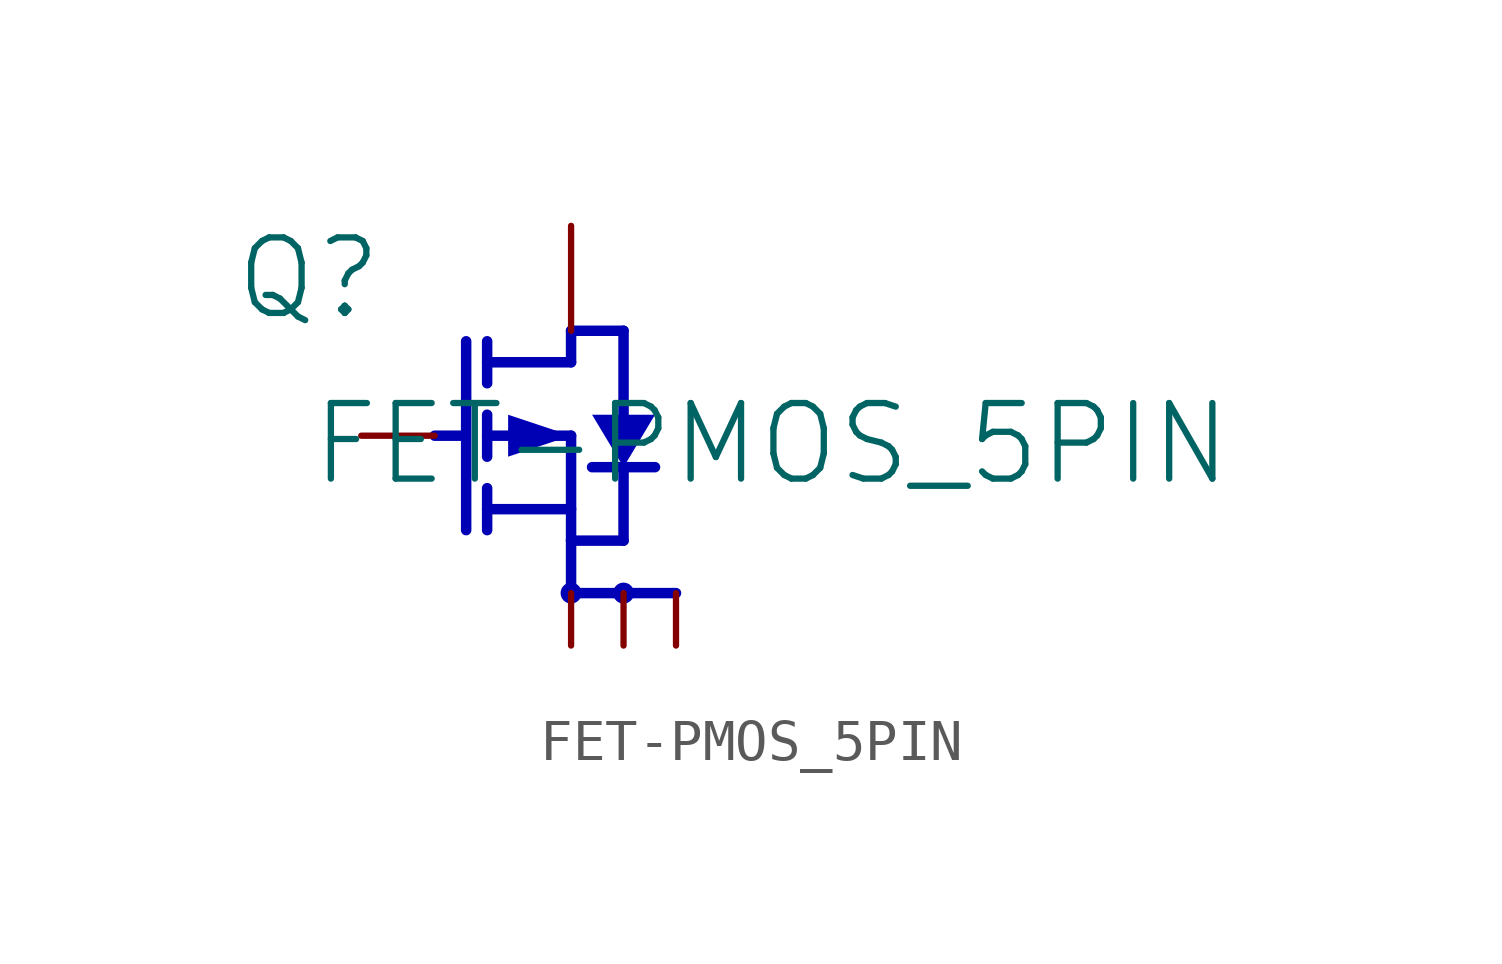
<source format=kicad_sym>
(kicad_symbol_lib
  (version 20231120)
  (generator "kicad_symbol_editor")
  (generator_version "8.0")
  (symbol "FET-PMOS_5PIN"
    (property "Reference" "Q"
      (at -1.27 1.27 0)
      (effects (font (size 1.829 1.829))))
    (property "Value" "FET-PMOS_5PIN"
      (at -1.27 -3.81 0)
      (effects (font (size 1.829 1.829)) (justify left bottom)))
    (symbol "FET-PMOS_5PIN_1_0"
      (polyline (pts (xy 1.778 -2.54) (xy 2.413 -2.54)) (stroke (width 0.254) (type solid) (color 0 0 180 1)) (fill (type none)))
      (polyline (pts (xy 2.54 -0.254) (xy 2.54 -4.826)) (stroke (width 0.254) (type solid) (color 0 0 180 1)) (fill (type none)))
      (polyline (pts (xy 3.048 -4.826) (xy 3.048 -3.81)) (stroke (width 0.254) (type solid) (color 0 0 180 1)) (fill (type none)))
      (polyline (pts (xy 3.048 -3.048) (xy 3.048 -2.032)) (stroke (width 0.254) (type solid) (color 0 0 180 1)) (fill (type none)))
      (polyline (pts (xy 3.048 -0.254) (xy 3.048 -1.27)) (stroke (width 0.254) (type solid) (color 0 0 180 1)) (fill (type none)))
      (polyline (pts (xy 5.08 -6.35) (xy 5.08 -5.08)) (stroke (width 0.254) (type solid) (color 0 0 180 1)) (fill (type none)))
      (polyline (pts (xy 5.08 -6.35) (xy 7.62 -6.35)) (stroke (width 0.254) (type solid) (color 0 0 180 1)) (fill (type none)))
      (polyline (pts (xy 5.08 -5.08) (xy 6.35 -5.08)) (stroke (width 0.254) (type solid) (color 0 0 180 1)) (fill (type none)))
      (polyline (pts (xy 5.08 -4.318) (xy 3.048 -4.318)) (stroke (width 0.254) (type solid) (color 0 0 180 1)) (fill (type none)))
      (polyline (pts (xy 5.08 -2.54) (xy 3.048 -2.54)) (stroke (width 0.254) (type solid) (color 0 0 180 1)) (fill (type none)))
      (polyline (pts (xy 5.08 -2.54) (xy 5.08 -5.08)) (stroke (width 0.254) (type solid) (color 0 0 180 1)) (fill (type none)))
      (polyline (pts (xy 5.08 -0.762) (xy 3.048 -0.762)) (stroke (width 0.254) (type solid) (color 0 0 180 1)) (fill (type none)))
      (polyline (pts (xy 5.08 -0.762) (xy 5.08 0)) (stroke (width 0.254) (type solid) (color 0 0 180 1)) (fill (type none)))
      (polyline (pts (xy 5.08 0) (xy 6.35 0)) (stroke (width 0.254) (type solid) (color 0 0 180 1)) (fill (type none)))
      (polyline (pts (xy 6.35 -5.08) (xy 6.35 -3.302)) (stroke (width 0.254) (type solid) (color 0 0 180 1)) (fill (type none)))
      (polyline (pts (xy 6.35 0) (xy 6.35 -2.032)) (stroke (width 0.254) (type solid) (color 0 0 180 1)) (fill (type none)))
      (polyline (pts (xy 7.112 -3.302) (xy 5.588 -3.302)) (stroke (width 0.254) (type solid) (color 0 0 180 1)) (fill (type none)))
      (polyline (pts (xy 5.08 -2.54) (xy 3.556 -2.032) (xy 3.556 -3.048) (xy 5.08 -2.54)) (stroke (width -0.0001) (type solid) (color 0 0 180 1)) (fill (type outline)))
      (polyline (pts (xy 6.35 -3.302) (xy 7.112 -2.032) (xy 5.588 -2.032) (xy 6.35 -3.302)) (stroke (width -0.0001) (type solid) (color 0 0 180 1)) (fill (type outline)))
      (circle (center 5.08 -6.35) (radius 0.254) (stroke (width -0.0001) (type solid) (color 0 0 180 1)) (fill (type outline)))
      (circle (center 6.35 -6.35) (radius 0.254) (stroke (width -0.0001) (type solid) (color 0 0 180 1)) (fill (type outline)))
      (pin passive line (at 5.08 -7.62 90) (length 1.27) (name "S" (effects (font (size 0 0)))) (number "1" (effects (font (size 0 0)))))
      (pin passive line (at 6.35 -7.62 90) (length 1.27) (name "S" (effects (font (size 0 0)))) (number "2" (effects (font (size 0 0)))))
      (pin passive line (at 7.62 -7.62 90) (length 1.27) (name "S" (effects (font (size 0 0)))) (number "3" (effects (font (size 0 0)))))
      (pin passive line (at 0 -2.54 0) (length 1.778) (name "G" (effects (font (size 0 0)))) (number "4" (effects (font (size 0 0)))))
      (pin passive line (at 5.08 2.54 270) (length 2.54) (name "D" (effects (font (size 0 0)))) (number "5" (effects (font (size 0 0))))))))
</source>
